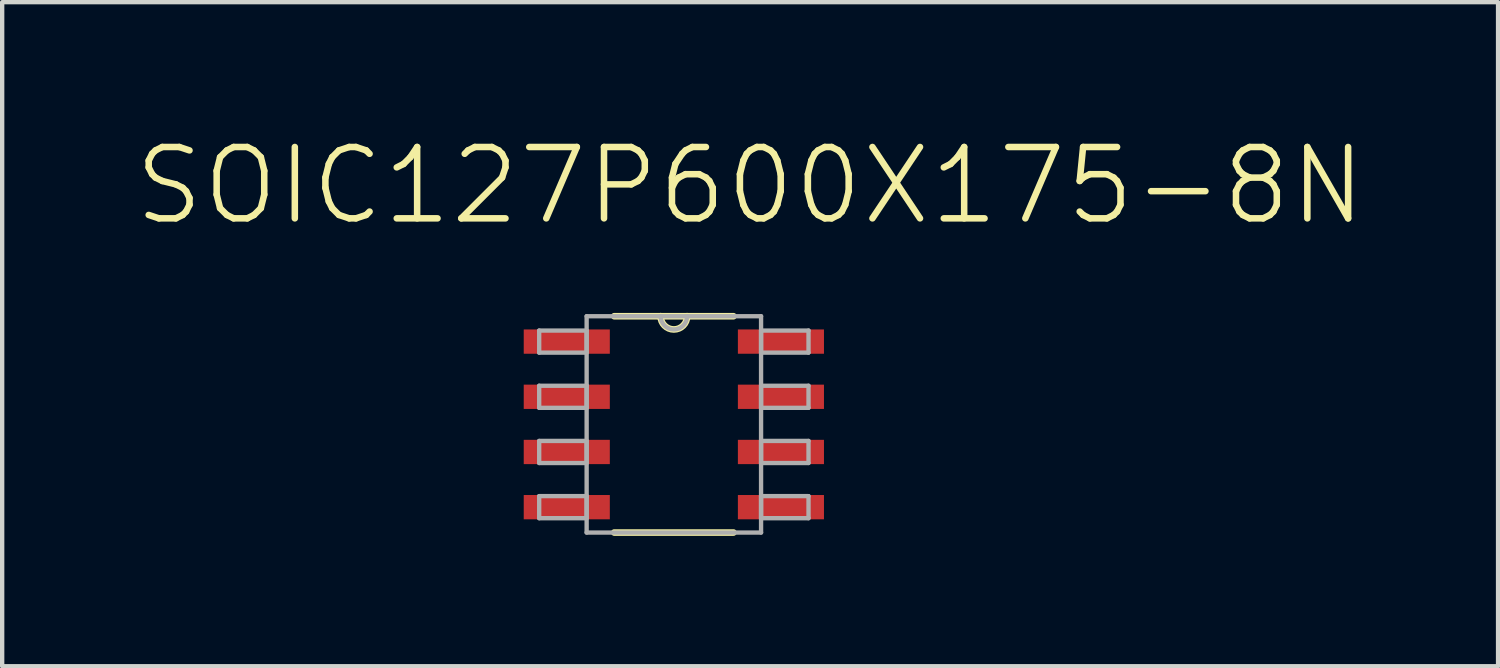
<source format=kicad_pcb>
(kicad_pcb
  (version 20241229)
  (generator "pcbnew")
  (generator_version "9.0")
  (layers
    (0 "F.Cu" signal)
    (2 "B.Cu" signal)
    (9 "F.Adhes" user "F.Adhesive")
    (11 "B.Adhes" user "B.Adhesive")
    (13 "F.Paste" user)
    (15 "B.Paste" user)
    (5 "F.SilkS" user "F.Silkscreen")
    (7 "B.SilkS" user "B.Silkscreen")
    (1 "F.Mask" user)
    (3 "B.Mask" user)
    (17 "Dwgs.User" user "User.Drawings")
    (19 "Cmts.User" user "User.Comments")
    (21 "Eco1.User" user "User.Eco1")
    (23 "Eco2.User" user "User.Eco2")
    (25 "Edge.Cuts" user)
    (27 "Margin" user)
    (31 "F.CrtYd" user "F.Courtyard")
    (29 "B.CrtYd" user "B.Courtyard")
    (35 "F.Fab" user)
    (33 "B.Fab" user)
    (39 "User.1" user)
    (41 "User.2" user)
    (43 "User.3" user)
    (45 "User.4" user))
  (footprint "SOIC127P600X175-8N"
    (layer "F.Cu")
    (at 12.457 6.716)
    (property "Reference" "SOIC127P600X175-8N" (at 1.755 -5.493 0) (layer "F.SilkS") (effects (font (size 1.642 1.642) (thickness 0.15))))
    (attr smd)
    (fp_line (start -1.372 2.489) (end 1.372 2.489) (stroke (width 0.152) (type solid)) (layer "F.SilkS"))
    (fp_line (start -0.305 -2.489) (end -1.372 -2.489) (stroke (width 0.152) (type solid)) (layer "F.SilkS"))
    (fp_line (start 0.305 -2.489) (end -0.305 -2.489) (stroke (width 0.152) (type solid)) (layer "F.SilkS"))
    (fp_line (start 1.372 -2.489) (end 0.305 -2.489) (stroke (width 0.152) (type solid)) (layer "F.SilkS"))
    (fp_arc (start 0.3048 -2.4892) (mid 0 -2.1844) (end -0.3048 -2.4892) (stroke (width 0.1524) (type solid)) (layer "F.SilkS"))
    (fp_line (start -3.099 -2.159) (end -3.099 -1.651) (stroke (width 0.1) (type solid)) (layer "F.Fab"))
    (fp_line (start -3.099 -1.651) (end -2.007 -1.651) (stroke (width 0.1) (type solid)) (layer "F.Fab"))
    (fp_line (start -3.099 -0.889) (end -3.099 -0.381) (stroke (width 0.1) (type solid)) (layer "F.Fab"))
    (fp_line (start -3.099 -0.381) (end -2.007 -0.381) (stroke (width 0.1) (type solid)) (layer "F.Fab"))
    (fp_line (start -3.099 0.381) (end -3.099 0.889) (stroke (width 0.1) (type solid)) (layer "F.Fab"))
    (fp_line (start -3.099 0.889) (end -2.007 0.889) (stroke (width 0.1) (type solid)) (layer "F.Fab"))
    (fp_line (start -3.099 1.651) (end -3.099 2.159) (stroke (width 0.1) (type solid)) (layer "F.Fab"))
    (fp_line (start -3.099 2.159) (end -2.007 2.159) (stroke (width 0.1) (type solid)) (layer "F.Fab"))
    (fp_line (start -2.007 -2.489) (end -2.007 2.489) (stroke (width 0.1) (type solid)) (layer "F.Fab"))
    (fp_line (start -2.007 -2.159) (end -3.099 -2.159) (stroke (width 0.1) (type solid)) (layer "F.Fab"))
    (fp_line (start -2.007 -1.651) (end -2.007 -2.159) (stroke (width 0.1) (type solid)) (layer "F.Fab"))
    (fp_line (start -2.007 -0.889) (end -3.099 -0.889) (stroke (width 0.1) (type solid)) (layer "F.Fab"))
    (fp_line (start -2.007 -0.381) (end -2.007 -0.889) (stroke (width 0.1) (type solid)) (layer "F.Fab"))
    (fp_line (start -2.007 0.381) (end -3.099 0.381) (stroke (width 0.1) (type solid)) (layer "F.Fab"))
    (fp_line (start -2.007 0.889) (end -2.007 0.381) (stroke (width 0.1) (type solid)) (layer "F.Fab"))
    (fp_line (start -2.007 1.651) (end -3.099 1.651) (stroke (width 0.1) (type solid)) (layer "F.Fab"))
    (fp_line (start -2.007 2.159) (end -2.007 1.651) (stroke (width 0.1) (type solid)) (layer "F.Fab"))
    (fp_line (start -2.007 2.489) (end 2.007 2.489) (stroke (width 0.1) (type solid)) (layer "F.Fab"))
    (fp_line (start -0.305 -2.489) (end -2.007 -2.489) (stroke (width 0.1) (type solid)) (layer "F.Fab"))
    (fp_line (start 0.305 -2.489) (end -0.305 -2.489) (stroke (width 0.1) (type solid)) (layer "F.Fab"))
    (fp_line (start 2.007 -2.489) (end 0.305 -2.489) (stroke (width 0.1) (type solid)) (layer "F.Fab"))
    (fp_line (start 2.007 -2.159) (end 2.007 -1.651) (stroke (width 0.1) (type solid)) (layer "F.Fab"))
    (fp_line (start 2.007 -1.651) (end 3.099 -1.651) (stroke (width 0.1) (type solid)) (layer "F.Fab"))
    (fp_line (start 2.007 -0.889) (end 2.007 -0.381) (stroke (width 0.1) (type solid)) (layer "F.Fab"))
    (fp_line (start 2.007 -0.381) (end 3.099 -0.381) (stroke (width 0.1) (type solid)) (layer "F.Fab"))
    (fp_line (start 2.007 0.381) (end 2.007 0.889) (stroke (width 0.1) (type solid)) (layer "F.Fab"))
    (fp_line (start 2.007 0.889) (end 3.099 0.889) (stroke (width 0.1) (type solid)) (layer "F.Fab"))
    (fp_line (start 2.007 1.651) (end 2.007 2.159) (stroke (width 0.1) (type solid)) (layer "F.Fab"))
    (fp_line (start 2.007 2.159) (end 3.099 2.159) (stroke (width 0.1) (type solid)) (layer "F.Fab"))
    (fp_line (start 2.007 2.489) (end 2.007 -2.489) (stroke (width 0.1) (type solid)) (layer "F.Fab"))
    (fp_line (start 3.099 -2.159) (end 2.007 -2.159) (stroke (width 0.1) (type solid)) (layer "F.Fab"))
    (fp_line (start 3.099 -1.651) (end 3.099 -2.159) (stroke (width 0.1) (type solid)) (layer "F.Fab"))
    (fp_line (start 3.099 -0.889) (end 2.007 -0.889) (stroke (width 0.1) (type solid)) (layer "F.Fab"))
    (fp_line (start 3.099 -0.381) (end 3.099 -0.889) (stroke (width 0.1) (type solid)) (layer "F.Fab"))
    (fp_line (start 3.099 0.381) (end 2.007 0.381) (stroke (width 0.1) (type solid)) (layer "F.Fab"))
    (fp_line (start 3.099 0.889) (end 3.099 0.381) (stroke (width 0.1) (type solid)) (layer "F.Fab"))
    (fp_line (start 3.099 1.651) (end 2.007 1.651) (stroke (width 0.1) (type solid)) (layer "F.Fab"))
    (fp_line (start 3.099 2.159) (end 3.099 1.651) (stroke (width 0.1) (type solid)) (layer "F.Fab"))
    (fp_arc (start 0.3048 -2.4892) (mid 0 -2.1844) (end -0.3048 -2.4892) (stroke (width 0.1) (type solid)) (layer "F.Fab"))
    (pad "1" smd rect (at -2.464 -1.905) (size 1.981 0.559) (layers "F.Cu" "F.Mask" "F.Paste"))
    (pad "2" smd rect (at -2.464 -0.635) (size 1.981 0.559) (layers "F.Cu" "F.Mask" "F.Paste"))
    (pad "3" smd rect (at -2.464 0.635) (size 1.981 0.559) (layers "F.Cu" "F.Mask" "F.Paste"))
    (pad "4" smd rect (at -2.464 1.905) (size 1.981 0.559) (layers "F.Cu" "F.Mask" "F.Paste"))
    (pad "5" smd rect (at 2.464 1.905) (size 1.981 0.559) (layers "F.Cu" "F.Mask" "F.Paste"))
    (pad "6" smd rect (at 2.464 0.635) (size 1.981 0.559) (layers "F.Cu" "F.Mask" "F.Paste"))
    (pad "7" smd rect (at 2.464 -0.635) (size 1.981 0.559) (layers "F.Cu" "F.Mask" "F.Paste"))
    (pad "8" smd rect (at 2.464 -1.905) (size 1.981 0.559) (layers "F.Cu" "F.Mask" "F.Paste")))
  (gr_rect
    (start -3 -3)
    (end 31.424 12.282)
    (stroke (width 0.1) (type default))
    (fill no)
    (layer "Edge.Cuts")))
</source>
